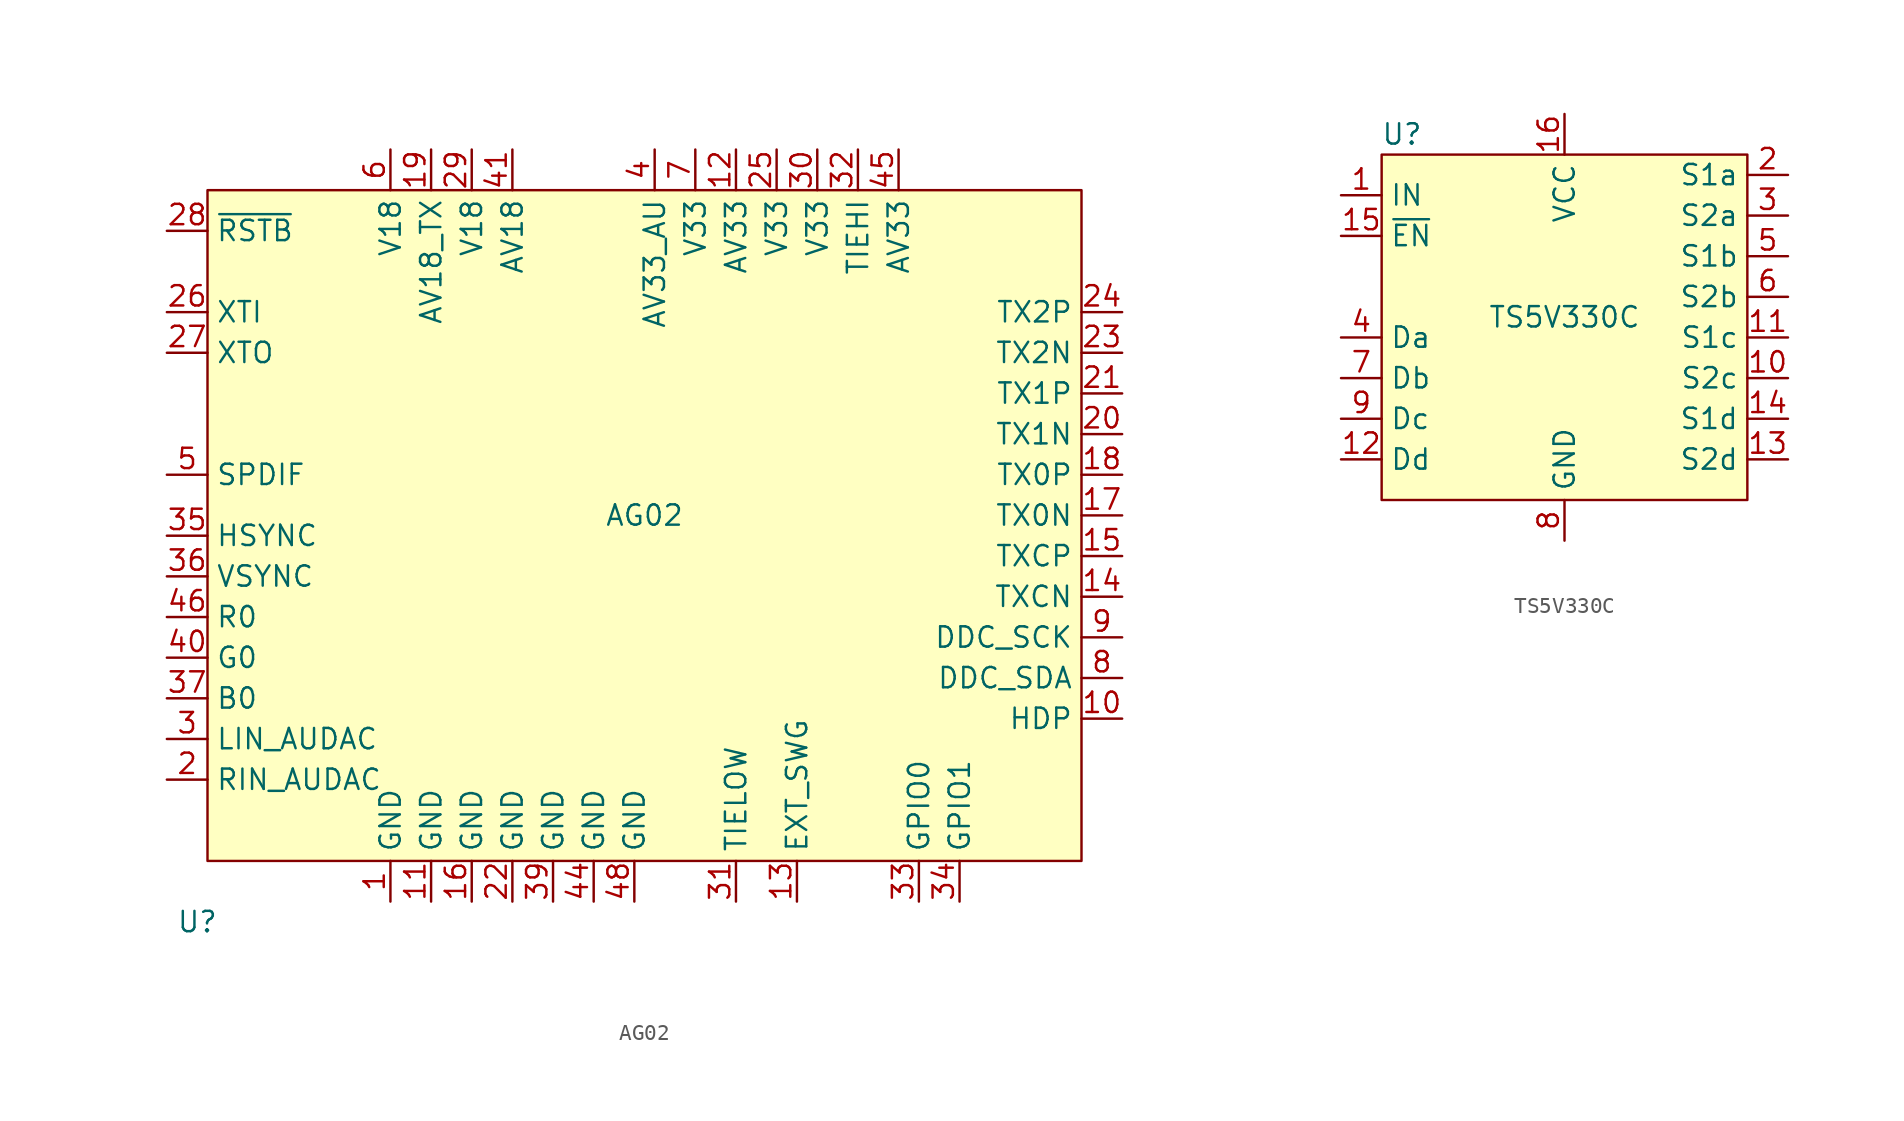
<source format=kicad_sym>
(kicad_symbol_lib
  (version 20201005)
  (generator kicad_symbol_editor)
  (symbol "parts:AG02"
    (property "Reference" "U"
      (at -29.845 -22.86 0)
      (effects (font (size 1.27 1.27))))
    (property "Value" "AG02"
      (at -1.905 2.54 0)
      (effects (font (size 1.27 1.27))))
    (symbol "AG02_0_1"
      (rectangle (start -29.21 22.86) (end 25.4 -19.05) (stroke (width 0.152)) (fill (type background))))
    (symbol "AG02_1_1"
      (pin power_in line (at -17.78 -21.59 90) (length 2.54) (name "GND" (effects (font (size 1.27 1.27)))) (number "1" (effects (font (size 1.27 1.27)))))
      (pin input line (at 27.94 -10.16 180) (length 2.54) (name "HDP" (effects (font (size 1.27 1.27)))) (number "10" (effects (font (size 1.27 1.27)))))
      (pin power_in line (at -15.24 -21.59 90) (length 2.54) (name "GND" (effects (font (size 1.27 1.27)))) (number "11" (effects (font (size 1.27 1.27)))))
      (pin power_in line (at 3.81 25.4 270) (length 2.54) (name "AV33" (effects (font (size 1.27 1.27)))) (number "12" (effects (font (size 1.27 1.27)))))
      (pin bidirectional line (at 7.62 -21.59 90) (length 2.54) (name "EXT_SWG" (effects (font (size 1.27 1.27)))) (number "13" (effects (font (size 1.27 1.27)))))
      (pin output line (at 27.94 -2.54 180) (length 2.54) (name "TXCN" (effects (font (size 1.27 1.27)))) (number "14" (effects (font (size 1.27 1.27)))))
      (pin output line (at 27.94 0 180) (length 2.54) (name "TXCP" (effects (font (size 1.27 1.27)))) (number "15" (effects (font (size 1.27 1.27)))))
      (pin power_in line (at -12.7 -21.59 90) (length 2.54) (name "GND" (effects (font (size 1.27 1.27)))) (number "16" (effects (font (size 1.27 1.27)))))
      (pin output line (at 27.94 2.54 180) (length 2.54) (name "TX0N" (effects (font (size 1.27 1.27)))) (number "17" (effects (font (size 1.27 1.27)))))
      (pin output line (at 27.94 5.08 180) (length 2.54) (name "TX0P" (effects (font (size 1.27 1.27)))) (number "18" (effects (font (size 1.27 1.27)))))
      (pin power_in line (at -15.24 25.4 270) (length 2.54) (name "AV18_TX" (effects (font (size 1.27 1.27)))) (number "19" (effects (font (size 1.27 1.27)))))
      (pin input line (at -31.75 -13.97 0) (length 2.54) (name "RIN_AUDAC" (effects (font (size 1.27 1.27)))) (number "2" (effects (font (size 1.27 1.27)))))
      (pin output line (at 27.94 7.62 180) (length 2.54) (name "TX1N" (effects (font (size 1.27 1.27)))) (number "20" (effects (font (size 1.27 1.27)))))
      (pin output line (at 27.94 10.16 180) (length 2.54) (name "TX1P" (effects (font (size 1.27 1.27)))) (number "21" (effects (font (size 1.27 1.27)))))
      (pin power_in line (at -10.16 -21.59 90) (length 2.54) (name "GND" (effects (font (size 1.27 1.27)))) (number "22" (effects (font (size 1.27 1.27)))))
      (pin output line (at 27.94 12.7 180) (length 2.54) (name "TX2N" (effects (font (size 1.27 1.27)))) (number "23" (effects (font (size 1.27 1.27)))))
      (pin output line (at 27.94 15.24 180) (length 2.54) (name "TX2P" (effects (font (size 1.27 1.27)))) (number "24" (effects (font (size 1.27 1.27)))))
      (pin power_in line (at 6.35 25.4 270) (length 2.54) (name "V33" (effects (font (size 1.27 1.27)))) (number "25" (effects (font (size 1.27 1.27)))))
      (pin output line (at -31.75 15.24 0) (length 2.54) (name "XTI" (effects (font (size 1.27 1.27)))) (number "26" (effects (font (size 1.27 1.27)))))
      (pin output line (at -31.75 12.7 0) (length 2.54) (name "XTO" (effects (font (size 1.27 1.27)))) (number "27" (effects (font (size 1.27 1.27)))))
      (pin input line (at -31.75 20.32 0) (length 2.54) (name "~RSTB" (effects (font (size 1.27 1.27)))) (number "28" (effects (font (size 1.27 1.27)))))
      (pin power_in line (at -12.7 25.4 270) (length 2.54) (name "V18" (effects (font (size 1.27 1.27)))) (number "29" (effects (font (size 1.27 1.27)))))
      (pin input line (at -31.75 -11.43 0) (length 2.54) (name "LIN_AUDAC" (effects (font (size 1.27 1.27)))) (number "3" (effects (font (size 1.27 1.27)))))
      (pin power_in line (at 8.89 25.4 270) (length 2.54) (name "V33" (effects (font (size 1.27 1.27)))) (number "30" (effects (font (size 1.27 1.27)))))
      (pin input line (at 3.81 -21.59 90) (length 2.54) (name "TIELOW" (effects (font (size 1.27 1.27)))) (number "31" (effects (font (size 1.27 1.27)))))
      (pin input line (at 11.43 25.4 270) (length 2.54) (name "TIEHI" (effects (font (size 1.27 1.27)))) (number "32" (effects (font (size 1.27 1.27)))))
      (pin input line (at 15.24 -21.59 90) (length 2.54) (name "GPIO0" (effects (font (size 1.27 1.27)))) (number "33" (effects (font (size 1.27 1.27)))))
      (pin input line (at 17.78 -21.59 90) (length 2.54) (name "GPIO1" (effects (font (size 1.27 1.27)))) (number "34" (effects (font (size 1.27 1.27)))))
      (pin input line (at -31.75 1.27 0) (length 2.54) (name "HSYNC" (effects (font (size 1.27 1.27)))) (number "35" (effects (font (size 1.27 1.27)))))
      (pin input line (at -31.75 -1.27 0) (length 2.54) (name "VSYNC" (effects (font (size 1.27 1.27)))) (number "36" (effects (font (size 1.27 1.27)))))
      (pin input line (at -31.75 -8.89 0) (length 2.54) (name "B0" (effects (font (size 1.27 1.27)))) (number "37" (effects (font (size 1.27 1.27)))))
      (pin no_connect line (at -27.94 -21.59 90) (length 2.54) hide (name "NC" (effects (font (size 1.27 1.27)))) (number "38" (effects (font (size 1.27 1.27)))))
      (pin power_in line (at -7.62 -21.59 90) (length 2.54) (name "GND" (effects (font (size 1.27 1.27)))) (number "39" (effects (font (size 1.27 1.27)))))
      (pin power_in line (at -1.27 25.4 270) (length 2.54) (name "AV33_AU" (effects (font (size 1.27 1.27)))) (number "4" (effects (font (size 1.27 1.27)))))
      (pin input line (at -31.75 -6.35 0) (length 2.54) (name "G0" (effects (font (size 1.27 1.27)))) (number "40" (effects (font (size 1.27 1.27)))))
      (pin power_in line (at -10.16 25.4 270) (length 2.54) (name "AV18" (effects (font (size 1.27 1.27)))) (number "41" (effects (font (size 1.27 1.27)))))
      (pin no_connect line (at -25.4 -21.59 90) (length 2.54) hide (name "NC" (effects (font (size 1.27 1.27)))) (number "42" (effects (font (size 1.27 1.27)))))
      (pin no_connect line (at -22.86 -21.59 90) (length 2.54) hide (name "NC" (effects (font (size 1.27 1.27)))) (number "43" (effects (font (size 1.27 1.27)))))
      (pin power_in line (at -5.08 -21.59 90) (length 2.54) (name "GND" (effects (font (size 1.27 1.27)))) (number "44" (effects (font (size 1.27 1.27)))))
      (pin power_in line (at 13.97 25.4 270) (length 2.54) (name "AV33" (effects (font (size 1.27 1.27)))) (number "45" (effects (font (size 1.27 1.27)))))
      (pin input line (at -31.75 -3.81 0) (length 2.54) (name "R0" (effects (font (size 1.27 1.27)))) (number "46" (effects (font (size 1.27 1.27)))))
      (pin no_connect line (at -20.32 -21.59 90) (length 2.54) hide (name "NC" (effects (font (size 1.27 1.27)))) (number "47" (effects (font (size 1.27 1.27)))))
      (pin power_in line (at -2.54 -21.59 90) (length 2.54) (name "GND" (effects (font (size 1.27 1.27)))) (number "48" (effects (font (size 1.27 1.27)))))
      (pin input line (at -31.75 5.08 0) (length 2.54) (name "SPDIF" (effects (font (size 1.27 1.27)))) (number "5" (effects (font (size 1.27 1.27)))))
      (pin power_in line (at -17.78 25.4 270) (length 2.54) (name "V18" (effects (font (size 1.27 1.27)))) (number "6" (effects (font (size 1.27 1.27)))))
      (pin power_in line (at 1.27 25.4 270) (length 2.54) (name "V33" (effects (font (size 1.27 1.27)))) (number "7" (effects (font (size 1.27 1.27)))))
      (pin bidirectional line (at 27.94 -7.62 180) (length 2.54) (name "DDC_SDA" (effects (font (size 1.27 1.27)))) (number "8" (effects (font (size 1.27 1.27)))))
      (pin bidirectional line (at 27.94 -5.08 180) (length 2.54) (name "DDC_SCK" (effects (font (size 1.27 1.27)))) (number "9" (effects (font (size 1.27 1.27)))))))
  (symbol "parts:TS5V330C"
    (property "Reference" "U"
      (at -10.16 11.43 0)
      (effects (font (size 1.27 1.27))))
    (property "Value" "TS5V330C"
      (at 0 0 0)
      (effects (font (size 1.27 1.27))))
    (symbol "TS5V330C_0_1"
      (rectangle (start -11.43 10.16) (end 11.43 -11.43) (stroke (width 0.152)) (fill (type background))))
    (symbol "TS5V330C_1_1"
      (pin input line (at -13.97 7.62 0) (length 2.54) (name "IN" (effects (font (size 1.27 1.27)))) (number "1" (effects (font (size 1.27 1.27)))))
      (pin input line (at 13.97 -3.81 180) (length 2.54) (name "S2c" (effects (font (size 1.27 1.27)))) (number "10" (effects (font (size 1.27 1.27)))))
      (pin input line (at 13.97 -1.27 180) (length 2.54) (name "S1c" (effects (font (size 1.27 1.27)))) (number "11" (effects (font (size 1.27 1.27)))))
      (pin input line (at -13.97 -8.89 0) (length 2.54) (name "Dd" (effects (font (size 1.27 1.27)))) (number "12" (effects (font (size 1.27 1.27)))))
      (pin input line (at 13.97 -8.89 180) (length 2.54) (name "S2d" (effects (font (size 1.27 1.27)))) (number "13" (effects (font (size 1.27 1.27)))))
      (pin input line (at 13.97 -6.35 180) (length 2.54) (name "S1d" (effects (font (size 1.27 1.27)))) (number "14" (effects (font (size 1.27 1.27)))))
      (pin input line (at -13.97 5.08 0) (length 2.54) (name "~EN" (effects (font (size 1.27 1.27)))) (number "15" (effects (font (size 1.27 1.27)))))
      (pin power_in line (at 0 12.7 270) (length 2.54) (name "VCC" (effects (font (size 1.27 1.27)))) (number "16" (effects (font (size 1.27 1.27)))))
      (pin input line (at 5.08 -13.97 90) (length 2.54) hide (name "EP" (effects (font (size 1.27 1.27)))) (number "17" (effects (font (size 1.27 1.27)))))
      (pin input line (at 13.97 8.89 180) (length 2.54) (name "S1a" (effects (font (size 1.27 1.27)))) (number "2" (effects (font (size 1.27 1.27)))))
      (pin input line (at 13.97 6.35 180) (length 2.54) (name "S2a" (effects (font (size 1.27 1.27)))) (number "3" (effects (font (size 1.27 1.27)))))
      (pin input line (at -13.97 -1.27 0) (length 2.54) (name "Da" (effects (font (size 1.27 1.27)))) (number "4" (effects (font (size 1.27 1.27)))))
      (pin input line (at 13.97 3.81 180) (length 2.54) (name "S1b" (effects (font (size 1.27 1.27)))) (number "5" (effects (font (size 1.27 1.27)))))
      (pin input line (at 13.97 1.27 180) (length 2.54) (name "S2b" (effects (font (size 1.27 1.27)))) (number "6" (effects (font (size 1.27 1.27)))))
      (pin input line (at -13.97 -3.81 0) (length 2.54) (name "Db" (effects (font (size 1.27 1.27)))) (number "7" (effects (font (size 1.27 1.27)))))
      (pin power_in line (at 0 -13.97 90) (length 2.54) (name "GND" (effects (font (size 1.27 1.27)))) (number "8" (effects (font (size 1.27 1.27)))))
      (pin input line (at -13.97 -6.35 0) (length 2.54) (name "Dc" (effects (font (size 1.27 1.27)))) (number "9" (effects (font (size 1.27 1.27))))))))
</source>
